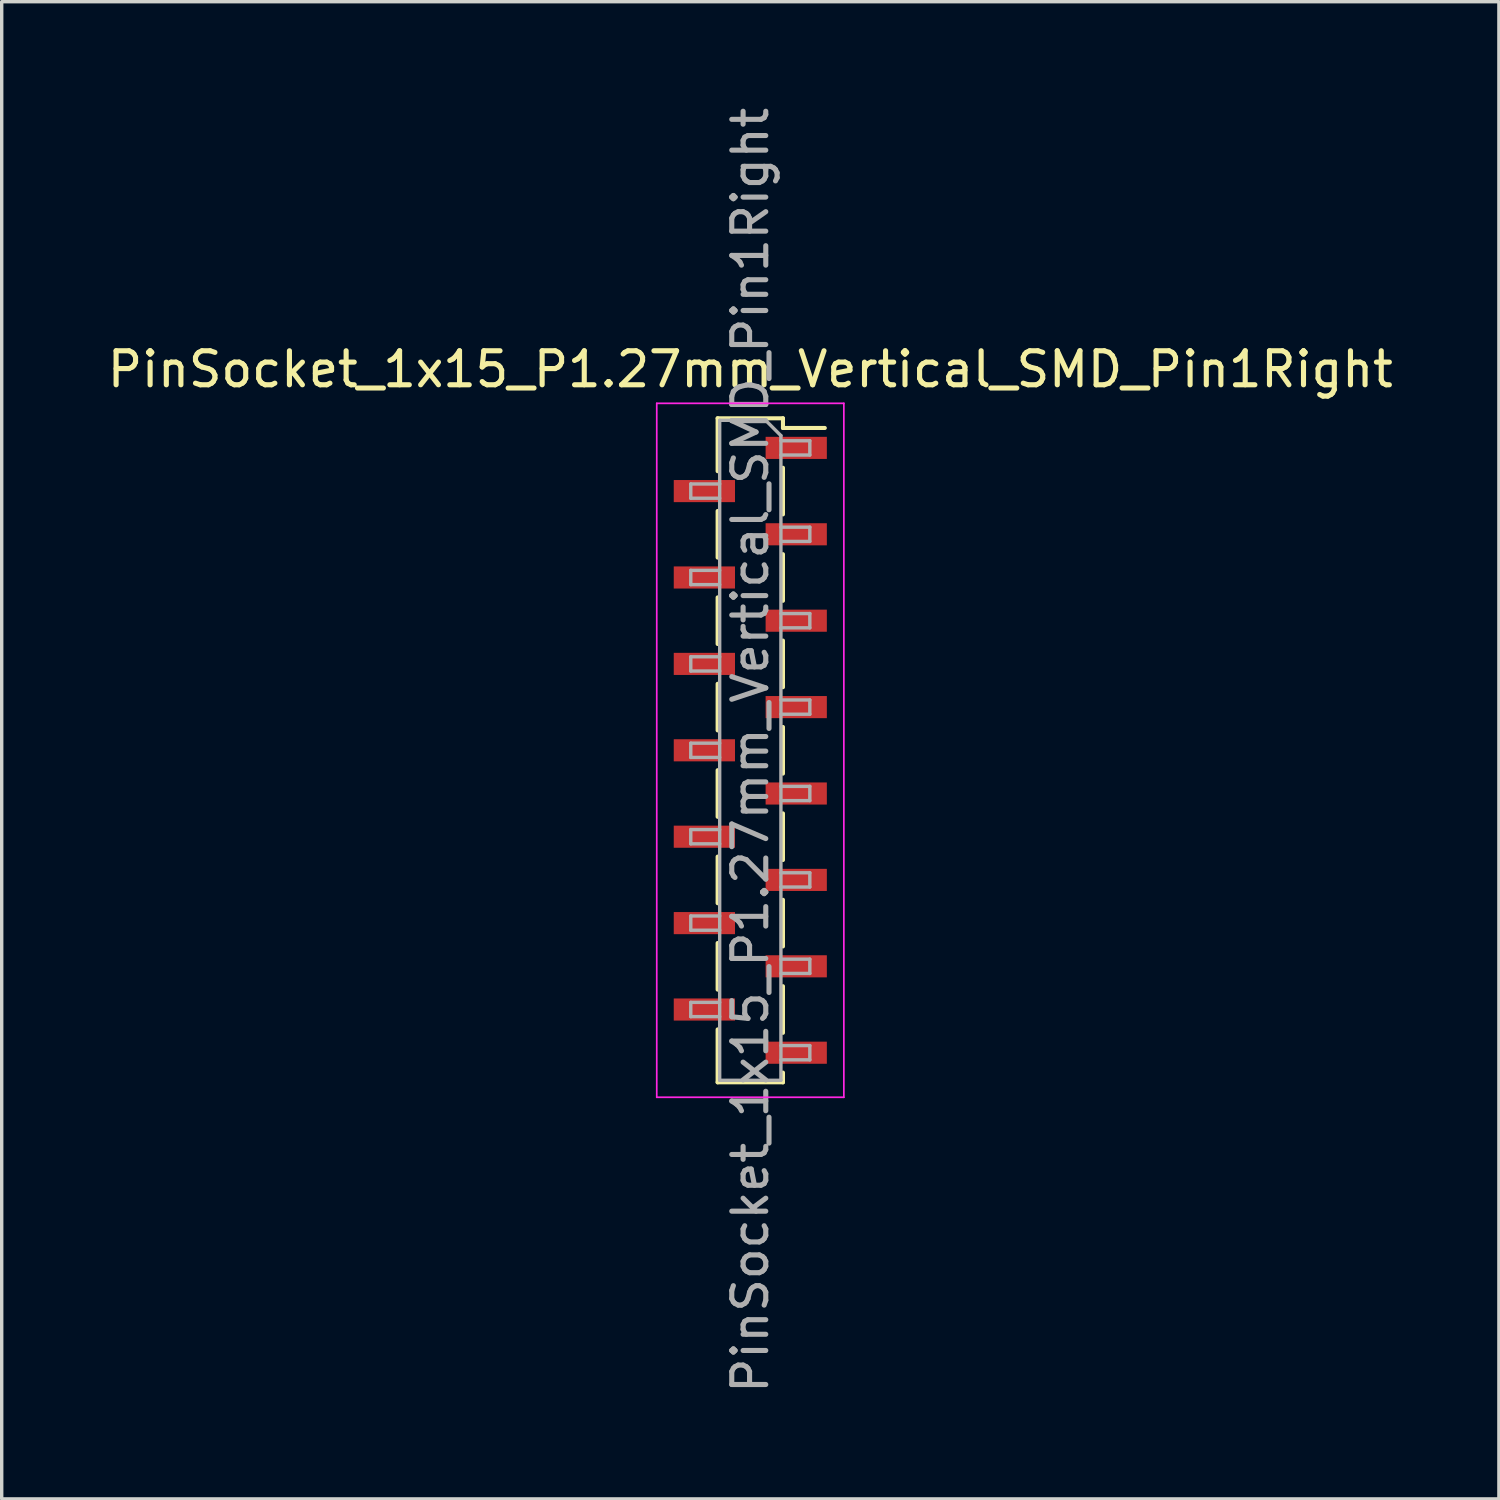
<source format=kicad_pcb>
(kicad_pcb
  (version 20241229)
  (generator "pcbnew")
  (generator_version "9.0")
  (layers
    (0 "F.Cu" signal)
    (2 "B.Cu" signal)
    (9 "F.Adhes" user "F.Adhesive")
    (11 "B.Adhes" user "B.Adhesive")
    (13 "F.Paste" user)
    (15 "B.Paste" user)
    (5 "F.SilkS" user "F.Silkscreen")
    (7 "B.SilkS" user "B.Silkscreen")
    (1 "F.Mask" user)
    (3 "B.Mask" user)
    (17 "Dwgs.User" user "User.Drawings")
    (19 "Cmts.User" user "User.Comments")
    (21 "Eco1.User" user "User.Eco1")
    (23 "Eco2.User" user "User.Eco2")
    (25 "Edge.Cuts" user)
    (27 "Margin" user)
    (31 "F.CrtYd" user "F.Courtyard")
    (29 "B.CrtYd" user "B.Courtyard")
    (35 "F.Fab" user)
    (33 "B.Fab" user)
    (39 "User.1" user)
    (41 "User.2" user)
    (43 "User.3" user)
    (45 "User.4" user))
  (footprint "PinSocket_1x15_P1.27mm_Vertical_SMD_Pin1Right"
    (layer "F.Cu")
    (at 19.006 19.006)
    (property "Reference" "PinSocket_1x15_P1.27mm_Vertical_SMD_Pin1Right" (at 0 -11.2 0) (layer "F.SilkS") (effects (font (size 1 1) (thickness 0.15))))
    (attr smd)
    (fp_line (start -0.96 -9.76) (end -0.96 -8.205) (stroke (width 0.12) (type solid)) (layer "F.SilkS"))
    (fp_line (start -0.96 -9.76) (end 0.96 -9.76) (stroke (width 0.12) (type solid)) (layer "F.SilkS"))
    (fp_line (start -0.96 -7.035) (end -0.96 -5.665) (stroke (width 0.12) (type solid)) (layer "F.SilkS"))
    (fp_line (start -0.96 -4.495) (end -0.96 -3.125) (stroke (width 0.12) (type solid)) (layer "F.SilkS"))
    (fp_line (start -0.96 -1.955) (end -0.96 -0.585) (stroke (width 0.12) (type solid)) (layer "F.SilkS"))
    (fp_line (start -0.96 0.585) (end -0.96 1.955) (stroke (width 0.12) (type solid)) (layer "F.SilkS"))
    (fp_line (start -0.96 3.125) (end -0.96 4.495) (stroke (width 0.12) (type solid)) (layer "F.SilkS"))
    (fp_line (start -0.96 5.665) (end -0.96 7.035) (stroke (width 0.12) (type solid)) (layer "F.SilkS"))
    (fp_line (start -0.96 8.205) (end -0.96 9.76) (stroke (width 0.12) (type solid)) (layer "F.SilkS"))
    (fp_line (start -0.96 9.76) (end 0.96 9.76) (stroke (width 0.12) (type solid)) (layer "F.SilkS"))
    (fp_line (start 0.96 -9.76) (end 0.96 -9.475) (stroke (width 0.12) (type solid)) (layer "F.SilkS"))
    (fp_line (start 0.96 -9.475) (end 2.19 -9.475) (stroke (width 0.12) (type solid)) (layer "F.SilkS"))
    (fp_line (start 0.96 -8.305) (end 0.96 -6.935) (stroke (width 0.12) (type solid)) (layer "F.SilkS"))
    (fp_line (start 0.96 -5.765) (end 0.96 -4.395) (stroke (width 0.12) (type solid)) (layer "F.SilkS"))
    (fp_line (start 0.96 -3.225) (end 0.96 -1.855) (stroke (width 0.12) (type solid)) (layer "F.SilkS"))
    (fp_line (start 0.96 -0.685) (end 0.96 0.685) (stroke (width 0.12) (type solid)) (layer "F.SilkS"))
    (fp_line (start 0.96 1.855) (end 0.96 3.225) (stroke (width 0.12) (type solid)) (layer "F.SilkS"))
    (fp_line (start 0.96 4.395) (end 0.96 5.765) (stroke (width 0.12) (type solid)) (layer "F.SilkS"))
    (fp_line (start 0.96 6.935) (end 0.96 8.305) (stroke (width 0.12) (type solid)) (layer "F.SilkS"))
    (fp_line (start 0.96 9.475) (end 0.96 9.76) (stroke (width 0.12) (type solid)) (layer "F.SilkS"))
    (fp_line (start -2.75 -10.2) (end 2.75 -10.2) (stroke (width 0.05) (type solid)) (layer "F.CrtYd"))
    (fp_line (start -2.75 10.2) (end -2.75 -10.2) (stroke (width 0.05) (type solid)) (layer "F.CrtYd"))
    (fp_line (start 2.75 -10.2) (end 2.75 10.2) (stroke (width 0.05) (type solid)) (layer "F.CrtYd"))
    (fp_line (start 2.75 10.2) (end -2.75 10.2) (stroke (width 0.05) (type solid)) (layer "F.CrtYd"))
    (fp_line (start -1.75 -7.83) (end -0.9 -7.83) (stroke (width 0.1) (type solid)) (layer "F.Fab"))
    (fp_line (start -1.75 -7.41) (end -1.75 -7.83) (stroke (width 0.1) (type solid)) (layer "F.Fab"))
    (fp_line (start -1.75 -5.29) (end -0.9 -5.29) (stroke (width 0.1) (type solid)) (layer "F.Fab"))
    (fp_line (start -1.75 -4.87) (end -1.75 -5.29) (stroke (width 0.1) (type solid)) (layer "F.Fab"))
    (fp_line (start -1.75 -2.75) (end -0.9 -2.75) (stroke (width 0.1) (type solid)) (layer "F.Fab"))
    (fp_line (start -1.75 -2.33) (end -1.75 -2.75) (stroke (width 0.1) (type solid)) (layer "F.Fab"))
    (fp_line (start -1.75 -0.21) (end -0.9 -0.21) (stroke (width 0.1) (type solid)) (layer "F.Fab"))
    (fp_line (start -1.75 0.21) (end -1.75 -0.21) (stroke (width 0.1) (type solid)) (layer "F.Fab"))
    (fp_line (start -1.75 2.33) (end -0.9 2.33) (stroke (width 0.1) (type solid)) (layer "F.Fab"))
    (fp_line (start -1.75 2.75) (end -1.75 2.33) (stroke (width 0.1) (type solid)) (layer "F.Fab"))
    (fp_line (start -1.75 4.87) (end -0.9 4.87) (stroke (width 0.1) (type solid)) (layer "F.Fab"))
    (fp_line (start -1.75 5.29) (end -1.75 4.87) (stroke (width 0.1) (type solid)) (layer "F.Fab"))
    (fp_line (start -1.75 7.41) (end -0.9 7.41) (stroke (width 0.1) (type solid)) (layer "F.Fab"))
    (fp_line (start -1.75 7.83) (end -1.75 7.41) (stroke (width 0.1) (type solid)) (layer "F.Fab"))
    (fp_line (start -0.9 -9.7) (end 0.45 -9.7) (stroke (width 0.1) (type solid)) (layer "F.Fab"))
    (fp_line (start -0.9 -7.41) (end -1.75 -7.41) (stroke (width 0.1) (type solid)) (layer "F.Fab"))
    (fp_line (start -0.9 -4.87) (end -1.75 -4.87) (stroke (width 0.1) (type solid)) (layer "F.Fab"))
    (fp_line (start -0.9 -2.33) (end -1.75 -2.33) (stroke (width 0.1) (type solid)) (layer "F.Fab"))
    (fp_line (start -0.9 0.21) (end -1.75 0.21) (stroke (width 0.1) (type solid)) (layer "F.Fab"))
    (fp_line (start -0.9 2.75) (end -1.75 2.75) (stroke (width 0.1) (type solid)) (layer "F.Fab"))
    (fp_line (start -0.9 5.29) (end -1.75 5.29) (stroke (width 0.1) (type solid)) (layer "F.Fab"))
    (fp_line (start -0.9 7.83) (end -1.75 7.83) (stroke (width 0.1) (type solid)) (layer "F.Fab"))
    (fp_line (start -0.9 9.7) (end -0.9 -9.7) (stroke (width 0.1) (type solid)) (layer "F.Fab"))
    (fp_line (start 0.45 -9.7) (end 0.9 -9.25) (stroke (width 0.1) (type solid)) (layer "F.Fab"))
    (fp_line (start 0.9 -9.25) (end 0.9 9.7) (stroke (width 0.1) (type solid)) (layer "F.Fab"))
    (fp_line (start 0.9 -9.1) (end 1.75 -9.1) (stroke (width 0.1) (type solid)) (layer "F.Fab"))
    (fp_line (start 0.9 -6.56) (end 1.75 -6.56) (stroke (width 0.1) (type solid)) (layer "F.Fab"))
    (fp_line (start 0.9 -4.02) (end 1.75 -4.02) (stroke (width 0.1) (type solid)) (layer "F.Fab"))
    (fp_line (start 0.9 -1.48) (end 1.75 -1.48) (stroke (width 0.1) (type solid)) (layer "F.Fab"))
    (fp_line (start 0.9 1.06) (end 1.75 1.06) (stroke (width 0.1) (type solid)) (layer "F.Fab"))
    (fp_line (start 0.9 3.6) (end 1.75 3.6) (stroke (width 0.1) (type solid)) (layer "F.Fab"))
    (fp_line (start 0.9 6.14) (end 1.75 6.14) (stroke (width 0.1) (type solid)) (layer "F.Fab"))
    (fp_line (start 0.9 8.68) (end 1.75 8.68) (stroke (width 0.1) (type solid)) (layer "F.Fab"))
    (fp_line (start 0.9 9.7) (end -0.9 9.7) (stroke (width 0.1) (type solid)) (layer "F.Fab"))
    (fp_line (start 1.75 -9.1) (end 1.75 -8.68) (stroke (width 0.1) (type solid)) (layer "F.Fab"))
    (fp_line (start 1.75 -8.68) (end 0.9 -8.68) (stroke (width 0.1) (type solid)) (layer "F.Fab"))
    (fp_line (start 1.75 -6.56) (end 1.75 -6.14) (stroke (width 0.1) (type solid)) (layer "F.Fab"))
    (fp_line (start 1.75 -6.14) (end 0.9 -6.14) (stroke (width 0.1) (type solid)) (layer "F.Fab"))
    (fp_line (start 1.75 -4.02) (end 1.75 -3.6) (stroke (width 0.1) (type solid)) (layer "F.Fab"))
    (fp_line (start 1.75 -3.6) (end 0.9 -3.6) (stroke (width 0.1) (type solid)) (layer "F.Fab"))
    (fp_line (start 1.75 -1.48) (end 1.75 -1.06) (stroke (width 0.1) (type solid)) (layer "F.Fab"))
    (fp_line (start 1.75 -1.06) (end 0.9 -1.06) (stroke (width 0.1) (type solid)) (layer "F.Fab"))
    (fp_line (start 1.75 1.06) (end 1.75 1.48) (stroke (width 0.1) (type solid)) (layer "F.Fab"))
    (fp_line (start 1.75 1.48) (end 0.9 1.48) (stroke (width 0.1) (type solid)) (layer "F.Fab"))
    (fp_line (start 1.75 3.6) (end 1.75 4.02) (stroke (width 0.1) (type solid)) (layer "F.Fab"))
    (fp_line (start 1.75 4.02) (end 0.9 4.02) (stroke (width 0.1) (type solid)) (layer "F.Fab"))
    (fp_line (start 1.75 6.14) (end 1.75 6.56) (stroke (width 0.1) (type solid)) (layer "F.Fab"))
    (fp_line (start 1.75 6.56) (end 0.9 6.56) (stroke (width 0.1) (type solid)) (layer "F.Fab"))
    (fp_line (start 1.75 8.68) (end 1.75 9.1) (stroke (width 0.1) (type solid)) (layer "F.Fab"))
    (fp_line (start 1.75 9.1) (end 0.9 9.1) (stroke (width 0.1) (type solid)) (layer "F.Fab"))
    (fp_text user "${REFERENCE}" (at 0 0 90) (layer "F.Fab") (effects (font (size 1 1) (thickness 0.15))))
    (pad "1" smd rect (at 1.35 -8.89) (size 1.8 0.65) (layers "F.Cu" "F.Mask" "F.Paste"))
    (pad "2" smd rect (at -1.35 -7.62) (size 1.8 0.65) (layers "F.Cu" "F.Mask" "F.Paste"))
    (pad "3" smd rect (at 1.35 -6.35) (size 1.8 0.65) (layers "F.Cu" "F.Mask" "F.Paste"))
    (pad "4" smd rect (at -1.35 -5.08) (size 1.8 0.65) (layers "F.Cu" "F.Mask" "F.Paste"))
    (pad "5" smd rect (at 1.35 -3.81) (size 1.8 0.65) (layers "F.Cu" "F.Mask" "F.Paste"))
    (pad "6" smd rect (at -1.35 -2.54) (size 1.8 0.65) (layers "F.Cu" "F.Mask" "F.Paste"))
    (pad "7" smd rect (at 1.35 -1.27) (size 1.8 0.65) (layers "F.Cu" "F.Mask" "F.Paste"))
    (pad "8" smd rect (at -1.35 0) (size 1.8 0.65) (layers "F.Cu" "F.Mask" "F.Paste"))
    (pad "9" smd rect (at 1.35 1.27) (size 1.8 0.65) (layers "F.Cu" "F.Mask" "F.Paste"))
    (pad "10" smd rect (at -1.35 2.54) (size 1.8 0.65) (layers "F.Cu" "F.Mask" "F.Paste"))
    (pad "11" smd rect (at 1.35 3.81) (size 1.8 0.65) (layers "F.Cu" "F.Mask" "F.Paste"))
    (pad "12" smd rect (at -1.35 5.08) (size 1.8 0.65) (layers "F.Cu" "F.Mask" "F.Paste"))
    (pad "13" smd rect (at 1.35 6.35) (size 1.8 0.65) (layers "F.Cu" "F.Mask" "F.Paste"))
    (pad "14" smd rect (at -1.35 7.62) (size 1.8 0.65) (layers "F.Cu" "F.Mask" "F.Paste"))
    (pad "15" smd rect (at 1.35 8.89) (size 1.8 0.65) (layers "F.Cu" "F.Mask" "F.Paste")))
  (gr_rect
    (start -3 -3)
    (end 41.012 41.012)
    (stroke (width 0.1) (type default))
    (fill no)
    (layer "Edge.Cuts")))
</source>
